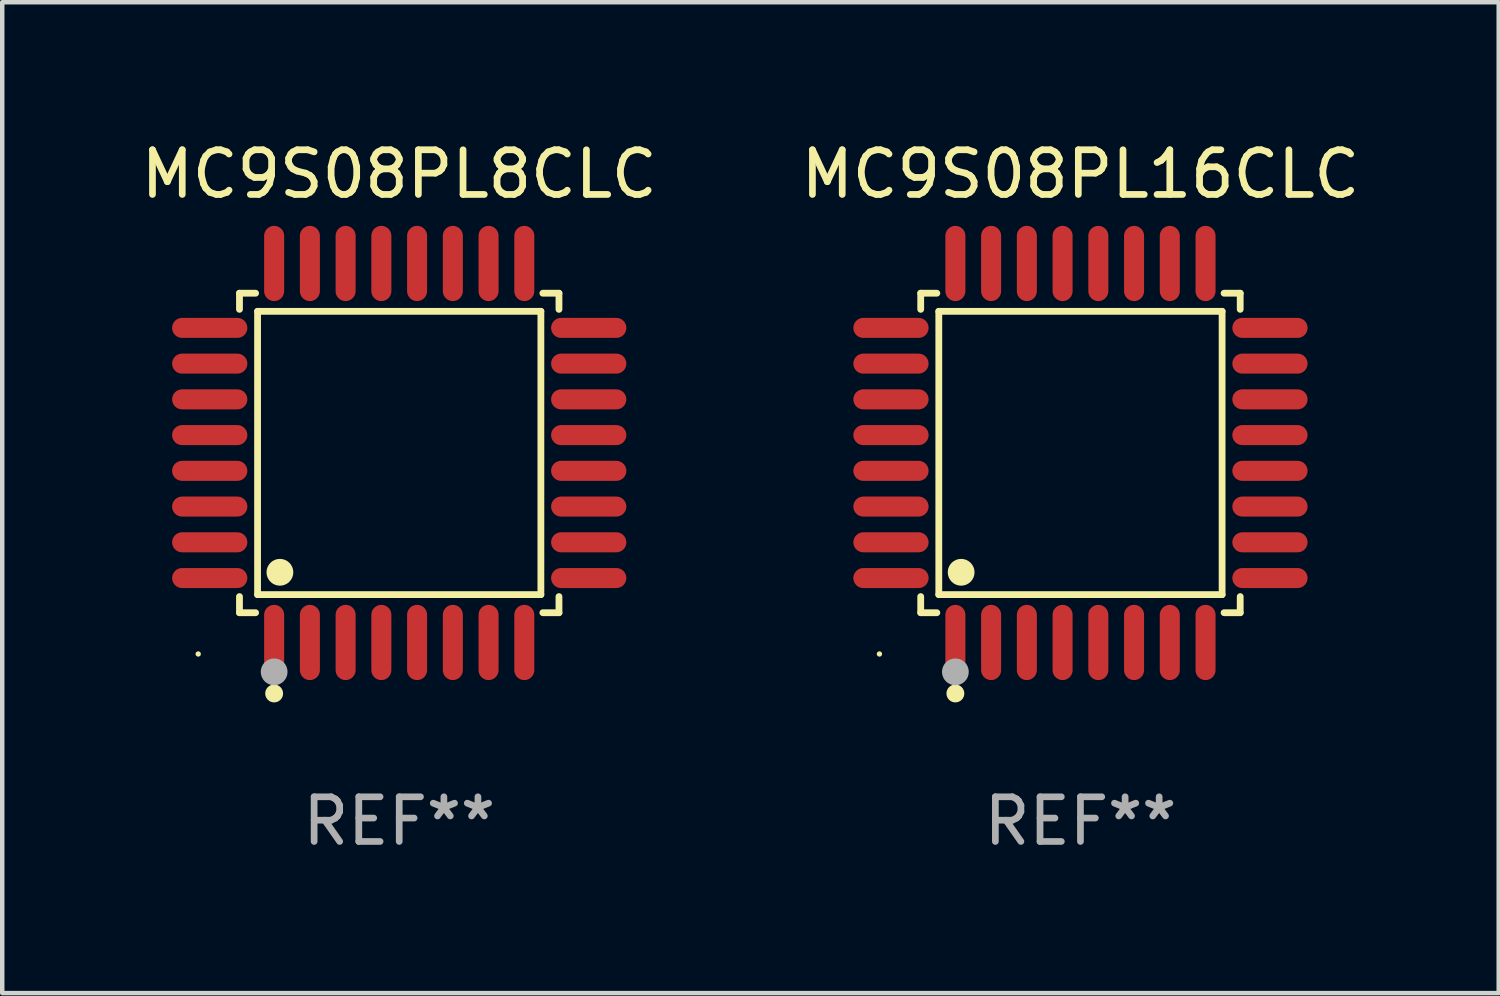
<source format=kicad_pcb>
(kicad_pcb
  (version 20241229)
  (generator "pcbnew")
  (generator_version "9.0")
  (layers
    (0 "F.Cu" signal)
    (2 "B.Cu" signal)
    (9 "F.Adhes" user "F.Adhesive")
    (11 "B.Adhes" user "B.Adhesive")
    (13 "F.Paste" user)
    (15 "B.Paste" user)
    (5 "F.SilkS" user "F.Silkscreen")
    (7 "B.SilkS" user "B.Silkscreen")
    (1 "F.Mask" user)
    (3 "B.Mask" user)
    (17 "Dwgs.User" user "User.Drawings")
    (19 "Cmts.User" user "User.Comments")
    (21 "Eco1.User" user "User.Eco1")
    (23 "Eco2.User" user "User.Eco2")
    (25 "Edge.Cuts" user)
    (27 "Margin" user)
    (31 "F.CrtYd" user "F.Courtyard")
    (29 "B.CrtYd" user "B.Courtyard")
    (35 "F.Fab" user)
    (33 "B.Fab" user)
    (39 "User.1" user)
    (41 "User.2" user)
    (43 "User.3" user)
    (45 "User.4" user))
  (footprint "MC9S08PL8CLC"
    (layer "F.Cu")
    (at 5.887 7.09)
    (property "Reference" "MC9S08PL8CLC" (at 0 -6.242 0) (layer "F.SilkS") (effects (font (size 1 1) (thickness 0.15))))
    (attr through_hole)
    (fp_line (start -3.576 -3.576) (end -3.215 -3.576) (stroke (width 0.152) (type solid)) (layer "F.SilkS"))
    (fp_line (start -3.576 -3.215) (end -3.576 -3.576) (stroke (width 0.152) (type solid)) (layer "F.SilkS"))
    (fp_line (start -3.576 3.215) (end -3.576 3.576) (stroke (width 0.152) (type solid)) (layer "F.SilkS"))
    (fp_line (start -3.576 3.576) (end -3.215 3.576) (stroke (width 0.152) (type solid)) (layer "F.SilkS"))
    (fp_line (start -3.171 -3.171) (end 3.171 -3.171) (stroke (width 0.152) (type solid)) (layer "F.SilkS"))
    (fp_line (start -3.171 3.171) (end -3.171 -3.171) (stroke (width 0.152) (type solid)) (layer "F.SilkS"))
    (fp_line (start 3.171 -3.171) (end 3.171 3.171) (stroke (width 0.152) (type solid)) (layer "F.SilkS"))
    (fp_line (start 3.171 3.171) (end -3.171 3.171) (stroke (width 0.152) (type solid)) (layer "F.SilkS"))
    (fp_line (start 3.576 -3.576) (end 3.215 -3.576) (stroke (width 0.152) (type solid)) (layer "F.SilkS"))
    (fp_line (start 3.576 -3.215) (end 3.576 -3.576) (stroke (width 0.152) (type solid)) (layer "F.SilkS"))
    (fp_line (start 3.576 3.215) (end 3.576 3.576) (stroke (width 0.152) (type solid)) (layer "F.SilkS"))
    (fp_line (start 3.576 3.576) (end 3.215 3.576) (stroke (width 0.152) (type solid)) (layer "F.SilkS"))
    (fp_circle (center -4.5 4.5) (end -4.47 4.5) (stroke (width 0.06) (type solid)) (fill no) (layer "F.SilkS"))
    (fp_circle (center -2.8 5.384) (end -2.7 5.384) (stroke (width 0.2) (type solid)) (fill no) (layer "F.SilkS"))
    (fp_circle (center -2.671 2.671) (end -2.521 2.671) (stroke (width 0.3) (type solid)) (fill no) (layer "F.SilkS"))
    (fp_circle (center -2.8 4.9) (end -2.65 4.9) (stroke (width 0.3) (type solid)) (fill no) (layer "F.Fab"))
    (fp_text user "REF**" (at 0 8.242 0) (layer "F.Fab") (effects (font (size 1 1) (thickness 0.15))))
    (pad "1" smd oval (at -2.8 4.242) (size 0.448 1.684) (layers "F.Cu" "F.Mask" "F.Paste"))
    (pad "2" smd oval (at -2 4.242) (size 0.448 1.684) (layers "F.Cu" "F.Mask" "F.Paste"))
    (pad "3" smd oval (at -1.2 4.242) (size 0.448 1.684) (layers "F.Cu" "F.Mask" "F.Paste"))
    (pad "4" smd oval (at -0.4 4.242) (size 0.448 1.684) (layers "F.Cu" "F.Mask" "F.Paste"))
    (pad "5" smd oval (at 0.4 4.242) (size 0.448 1.684) (layers "F.Cu" "F.Mask" "F.Paste"))
    (pad "6" smd oval (at 1.2 4.242) (size 0.448 1.684) (layers "F.Cu" "F.Mask" "F.Paste"))
    (pad "7" smd oval (at 2 4.242) (size 0.448 1.684) (layers "F.Cu" "F.Mask" "F.Paste"))
    (pad "8" smd oval (at 2.8 4.242) (size 0.448 1.684) (layers "F.Cu" "F.Mask" "F.Paste"))
    (pad "9" smd oval (at 4.242 2.8) (size 1.684 0.448) (layers "F.Cu" "F.Mask" "F.Paste"))
    (pad "10" smd oval (at 4.242 2) (size 1.684 0.448) (layers "F.Cu" "F.Mask" "F.Paste"))
    (pad "11" smd oval (at 4.242 1.2) (size 1.684 0.448) (layers "F.Cu" "F.Mask" "F.Paste"))
    (pad "12" smd oval (at 4.242 0.4) (size 1.684 0.448) (layers "F.Cu" "F.Mask" "F.Paste"))
    (pad "13" smd oval (at 4.242 -0.4) (size 1.684 0.448) (layers "F.Cu" "F.Mask" "F.Paste"))
    (pad "14" smd oval (at 4.242 -1.2) (size 1.684 0.448) (layers "F.Cu" "F.Mask" "F.Paste"))
    (pad "15" smd oval (at 4.242 -2) (size 1.684 0.448) (layers "F.Cu" "F.Mask" "F.Paste"))
    (pad "16" smd oval (at 4.242 -2.8) (size 1.684 0.448) (layers "F.Cu" "F.Mask" "F.Paste"))
    (pad "17" smd oval (at 2.8 -4.242) (size 0.448 1.684) (layers "F.Cu" "F.Mask" "F.Paste"))
    (pad "18" smd oval (at 2 -4.242) (size 0.448 1.684) (layers "F.Cu" "F.Mask" "F.Paste"))
    (pad "19" smd oval (at 1.2 -4.242) (size 0.448 1.684) (layers "F.Cu" "F.Mask" "F.Paste"))
    (pad "20" smd oval (at 0.4 -4.242) (size 0.448 1.684) (layers "F.Cu" "F.Mask" "F.Paste"))
    (pad "21" smd oval (at -0.4 -4.242) (size 0.448 1.684) (layers "F.Cu" "F.Mask" "F.Paste"))
    (pad "22" smd oval (at -1.2 -4.242) (size 0.448 1.684) (layers "F.Cu" "F.Mask" "F.Paste"))
    (pad "23" smd oval (at -2 -4.242) (size 0.448 1.684) (layers "F.Cu" "F.Mask" "F.Paste"))
    (pad "24" smd oval (at -2.8 -4.242) (size 0.448 1.684) (layers "F.Cu" "F.Mask" "F.Paste"))
    (pad "25" smd oval (at -4.242 -2.8) (size 1.684 0.448) (layers "F.Cu" "F.Mask" "F.Paste"))
    (pad "26" smd oval (at -4.242 -2) (size 1.684 0.448) (layers "F.Cu" "F.Mask" "F.Paste"))
    (pad "27" smd oval (at -4.242 -1.2) (size 1.684 0.448) (layers "F.Cu" "F.Mask" "F.Paste"))
    (pad "28" smd oval (at -4.242 -0.4) (size 1.684 0.448) (layers "F.Cu" "F.Mask" "F.Paste"))
    (pad "29" smd oval (at -4.242 0.4) (size 1.684 0.448) (layers "F.Cu" "F.Mask" "F.Paste"))
    (pad "30" smd oval (at -4.242 1.2) (size 1.684 0.448) (layers "F.Cu" "F.Mask" "F.Paste"))
    (pad "31" smd oval (at -4.242 2) (size 1.684 0.448) (layers "F.Cu" "F.Mask" "F.Paste"))
    (pad "32" smd oval (at -4.242 2.8) (size 1.684 0.448) (layers "F.Cu" "F.Mask" "F.Paste")))
  (footprint "MC9S08PL16CLC"
    (layer "F.Cu")
    (at 21.137 7.09)
    (property "Reference" "MC9S08PL16CLC" (at 0 -6.242 0) (layer "F.SilkS") (effects (font (size 1 1) (thickness 0.15))))
    (attr through_hole)
    (fp_line (start -3.576 -3.576) (end -3.215 -3.576) (stroke (width 0.152) (type solid)) (layer "F.SilkS"))
    (fp_line (start -3.576 -3.215) (end -3.576 -3.576) (stroke (width 0.152) (type solid)) (layer "F.SilkS"))
    (fp_line (start -3.576 3.215) (end -3.576 3.576) (stroke (width 0.152) (type solid)) (layer "F.SilkS"))
    (fp_line (start -3.576 3.576) (end -3.215 3.576) (stroke (width 0.152) (type solid)) (layer "F.SilkS"))
    (fp_line (start -3.171 -3.171) (end 3.171 -3.171) (stroke (width 0.152) (type solid)) (layer "F.SilkS"))
    (fp_line (start -3.171 3.171) (end -3.171 -3.171) (stroke (width 0.152) (type solid)) (layer "F.SilkS"))
    (fp_line (start 3.171 -3.171) (end 3.171 3.171) (stroke (width 0.152) (type solid)) (layer "F.SilkS"))
    (fp_line (start 3.171 3.171) (end -3.171 3.171) (stroke (width 0.152) (type solid)) (layer "F.SilkS"))
    (fp_line (start 3.576 -3.576) (end 3.215 -3.576) (stroke (width 0.152) (type solid)) (layer "F.SilkS"))
    (fp_line (start 3.576 -3.215) (end 3.576 -3.576) (stroke (width 0.152) (type solid)) (layer "F.SilkS"))
    (fp_line (start 3.576 3.215) (end 3.576 3.576) (stroke (width 0.152) (type solid)) (layer "F.SilkS"))
    (fp_line (start 3.576 3.576) (end 3.215 3.576) (stroke (width 0.152) (type solid)) (layer "F.SilkS"))
    (fp_circle (center -4.5 4.5) (end -4.47 4.5) (stroke (width 0.06) (type solid)) (fill no) (layer "F.SilkS"))
    (fp_circle (center -2.8 5.384) (end -2.7 5.384) (stroke (width 0.2) (type solid)) (fill no) (layer "F.SilkS"))
    (fp_circle (center -2.671 2.671) (end -2.521 2.671) (stroke (width 0.3) (type solid)) (fill no) (layer "F.SilkS"))
    (fp_circle (center -2.8 4.9) (end -2.65 4.9) (stroke (width 0.3) (type solid)) (fill no) (layer "F.Fab"))
    (fp_text user "REF**" (at 0 8.242 0) (layer "F.Fab") (effects (font (size 1 1) (thickness 0.15))))
    (pad "1" smd oval (at -2.8 4.242) (size 0.448 1.684) (layers "F.Cu" "F.Mask" "F.Paste"))
    (pad "2" smd oval (at -2 4.242) (size 0.448 1.684) (layers "F.Cu" "F.Mask" "F.Paste"))
    (pad "3" smd oval (at -1.2 4.242) (size 0.448 1.684) (layers "F.Cu" "F.Mask" "F.Paste"))
    (pad "4" smd oval (at -0.4 4.242) (size 0.448 1.684) (layers "F.Cu" "F.Mask" "F.Paste"))
    (pad "5" smd oval (at 0.4 4.242) (size 0.448 1.684) (layers "F.Cu" "F.Mask" "F.Paste"))
    (pad "6" smd oval (at 1.2 4.242) (size 0.448 1.684) (layers "F.Cu" "F.Mask" "F.Paste"))
    (pad "7" smd oval (at 2 4.242) (size 0.448 1.684) (layers "F.Cu" "F.Mask" "F.Paste"))
    (pad "8" smd oval (at 2.8 4.242) (size 0.448 1.684) (layers "F.Cu" "F.Mask" "F.Paste"))
    (pad "9" smd oval (at 4.242 2.8) (size 1.684 0.448) (layers "F.Cu" "F.Mask" "F.Paste"))
    (pad "10" smd oval (at 4.242 2) (size 1.684 0.448) (layers "F.Cu" "F.Mask" "F.Paste"))
    (pad "11" smd oval (at 4.242 1.2) (size 1.684 0.448) (layers "F.Cu" "F.Mask" "F.Paste"))
    (pad "12" smd oval (at 4.242 0.4) (size 1.684 0.448) (layers "F.Cu" "F.Mask" "F.Paste"))
    (pad "13" smd oval (at 4.242 -0.4) (size 1.684 0.448) (layers "F.Cu" "F.Mask" "F.Paste"))
    (pad "14" smd oval (at 4.242 -1.2) (size 1.684 0.448) (layers "F.Cu" "F.Mask" "F.Paste"))
    (pad "15" smd oval (at 4.242 -2) (size 1.684 0.448) (layers "F.Cu" "F.Mask" "F.Paste"))
    (pad "16" smd oval (at 4.242 -2.8) (size 1.684 0.448) (layers "F.Cu" "F.Mask" "F.Paste"))
    (pad "17" smd oval (at 2.8 -4.242) (size 0.448 1.684) (layers "F.Cu" "F.Mask" "F.Paste"))
    (pad "18" smd oval (at 2 -4.242) (size 0.448 1.684) (layers "F.Cu" "F.Mask" "F.Paste"))
    (pad "19" smd oval (at 1.2 -4.242) (size 0.448 1.684) (layers "F.Cu" "F.Mask" "F.Paste"))
    (pad "20" smd oval (at 0.4 -4.242) (size 0.448 1.684) (layers "F.Cu" "F.Mask" "F.Paste"))
    (pad "21" smd oval (at -0.4 -4.242) (size 0.448 1.684) (layers "F.Cu" "F.Mask" "F.Paste"))
    (pad "22" smd oval (at -1.2 -4.242) (size 0.448 1.684) (layers "F.Cu" "F.Mask" "F.Paste"))
    (pad "23" smd oval (at -2 -4.242) (size 0.448 1.684) (layers "F.Cu" "F.Mask" "F.Paste"))
    (pad "24" smd oval (at -2.8 -4.242) (size 0.448 1.684) (layers "F.Cu" "F.Mask" "F.Paste"))
    (pad "25" smd oval (at -4.242 -2.8) (size 1.684 0.448) (layers "F.Cu" "F.Mask" "F.Paste"))
    (pad "26" smd oval (at -4.242 -2) (size 1.684 0.448) (layers "F.Cu" "F.Mask" "F.Paste"))
    (pad "27" smd oval (at -4.242 -1.2) (size 1.684 0.448) (layers "F.Cu" "F.Mask" "F.Paste"))
    (pad "28" smd oval (at -4.242 -0.4) (size 1.684 0.448) (layers "F.Cu" "F.Mask" "F.Paste"))
    (pad "29" smd oval (at -4.242 0.4) (size 1.684 0.448) (layers "F.Cu" "F.Mask" "F.Paste"))
    (pad "30" smd oval (at -4.242 1.2) (size 1.684 0.448) (layers "F.Cu" "F.Mask" "F.Paste"))
    (pad "31" smd oval (at -4.242 2) (size 1.684 0.448) (layers "F.Cu" "F.Mask" "F.Paste"))
    (pad "32" smd oval (at -4.242 2.8) (size 1.684 0.448) (layers "F.Cu" "F.Mask" "F.Paste")))
  (gr_rect
    (start -3 -3)
    (end 30.5 19.181)
    (stroke (width 0.1) (type default))
    (fill no)
    (layer "Edge.Cuts")))
</source>
